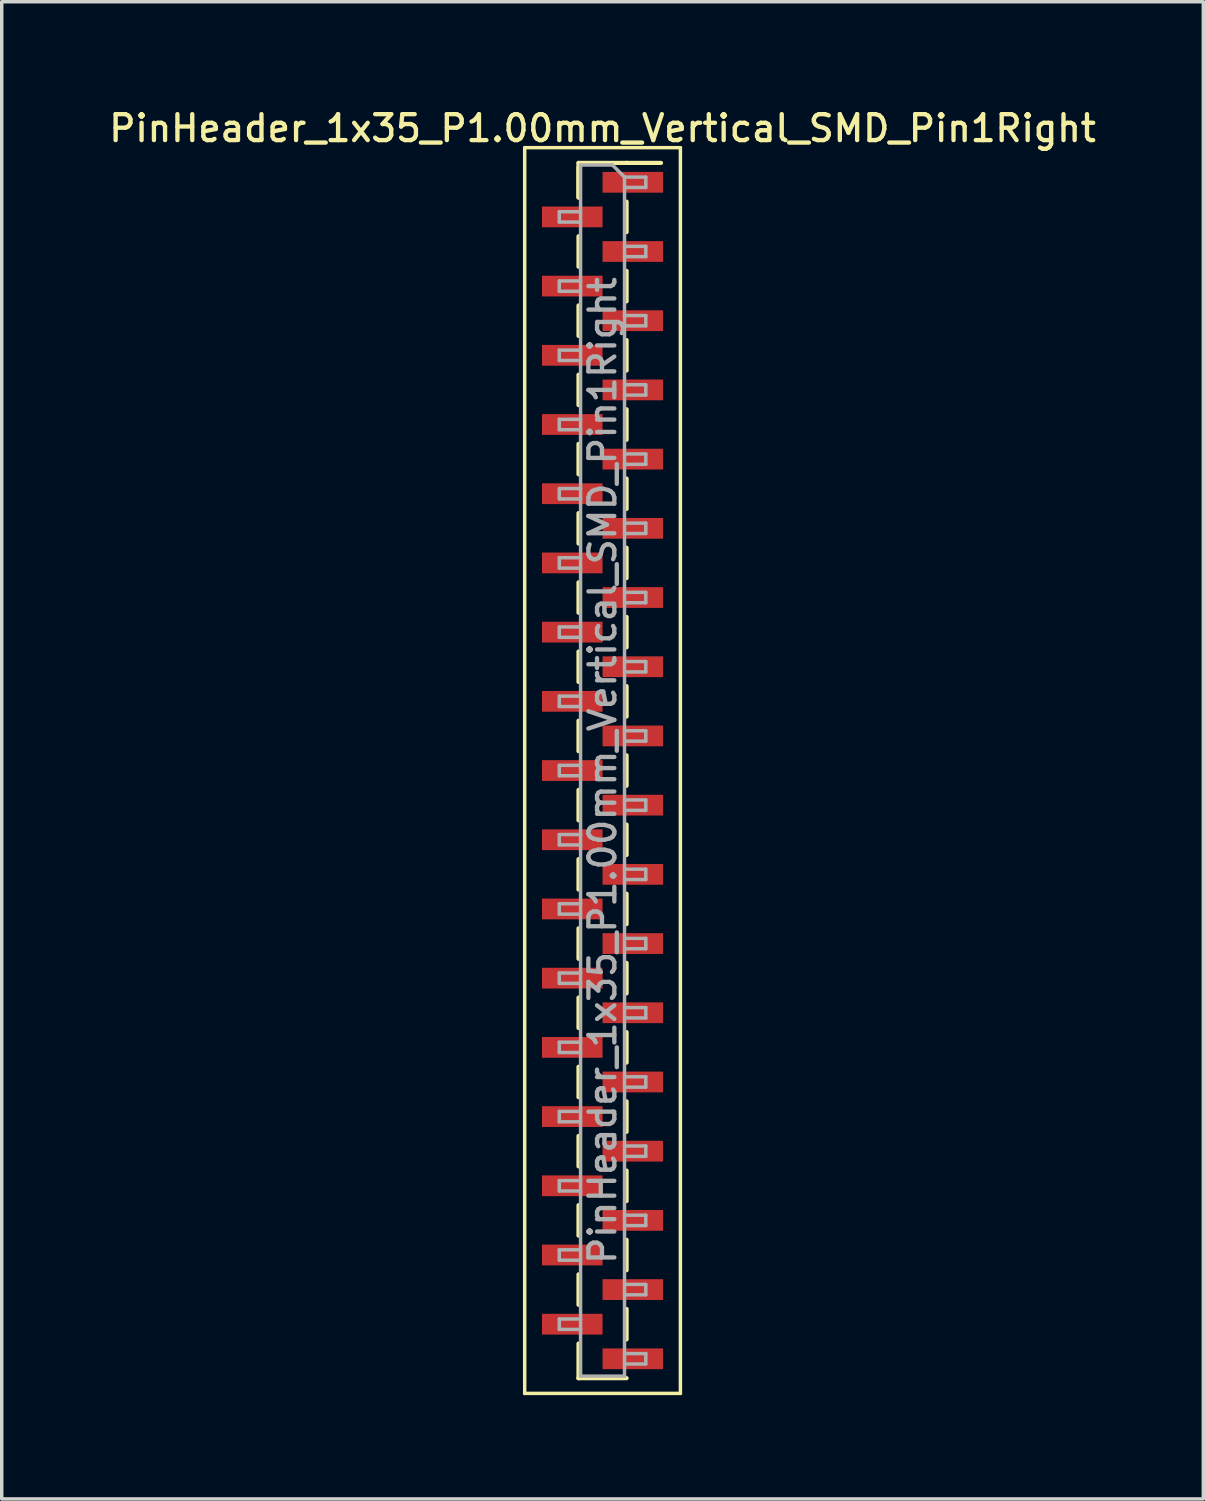
<source format=kicad_pcb>
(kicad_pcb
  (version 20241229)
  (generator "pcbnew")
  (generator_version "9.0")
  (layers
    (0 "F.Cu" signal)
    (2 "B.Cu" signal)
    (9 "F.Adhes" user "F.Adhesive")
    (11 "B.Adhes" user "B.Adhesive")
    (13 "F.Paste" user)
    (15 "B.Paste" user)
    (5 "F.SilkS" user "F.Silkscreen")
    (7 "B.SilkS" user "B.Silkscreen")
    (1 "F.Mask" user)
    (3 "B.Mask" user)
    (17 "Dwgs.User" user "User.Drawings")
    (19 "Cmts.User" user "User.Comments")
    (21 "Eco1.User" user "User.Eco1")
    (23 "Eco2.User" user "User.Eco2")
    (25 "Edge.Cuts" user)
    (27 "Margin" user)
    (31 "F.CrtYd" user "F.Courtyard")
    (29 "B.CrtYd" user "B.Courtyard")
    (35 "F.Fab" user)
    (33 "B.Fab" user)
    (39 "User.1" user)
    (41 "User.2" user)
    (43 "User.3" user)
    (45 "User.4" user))
  (footprint "PinHeader_1x35_P1.00mm_Vertical_SMD_Pin1Right"
    (layer "F.Cu")
    (at 14.363 19.218)
    (property "Reference" "PinHeader_1x35_P1.00mm_Vertical_SMD_Pin1Right" (at 0 -18.56 0) (layer "F.SilkS") (effects (font (size 0.75 0.75) (thickness 0.125))))
    (attr smd)
    (fp_line (start -2.25 -18) (end -2.25 18) (stroke (width 0.1) (type solid)) (layer "F.SilkS"))
    (fp_line (start -2.25 18) (end 2.25 18) (stroke (width 0.1) (type solid)) (layer "F.SilkS"))
    (fp_line (start -0.695 -17.56) (end -0.695 -16.56) (stroke (width 0.12) (type solid)) (layer "F.SilkS"))
    (fp_line (start -0.695 -17.56) (end 0.695 -17.56) (stroke (width 0.12) (type solid)) (layer "F.SilkS"))
    (fp_line (start -0.695 -17.44) (end -0.695 -16.56) (stroke (width 0.12) (type solid)) (layer "F.SilkS"))
    (fp_line (start -0.695 -15.44) (end -0.695 -14.56) (stroke (width 0.12) (type solid)) (layer "F.SilkS"))
    (fp_line (start -0.695 -13.44) (end -0.695 -12.56) (stroke (width 0.12) (type solid)) (layer "F.SilkS"))
    (fp_line (start -0.695 -11.44) (end -0.695 -10.56) (stroke (width 0.12) (type solid)) (layer "F.SilkS"))
    (fp_line (start -0.695 -9.44) (end -0.695 -8.56) (stroke (width 0.12) (type solid)) (layer "F.SilkS"))
    (fp_line (start -0.695 -7.44) (end -0.695 -6.56) (stroke (width 0.12) (type solid)) (layer "F.SilkS"))
    (fp_line (start -0.695 -5.44) (end -0.695 -4.56) (stroke (width 0.12) (type solid)) (layer "F.SilkS"))
    (fp_line (start -0.695 -3.44) (end -0.695 -2.56) (stroke (width 0.12) (type solid)) (layer "F.SilkS"))
    (fp_line (start -0.695 -1.44) (end -0.695 -0.56) (stroke (width 0.12) (type solid)) (layer "F.SilkS"))
    (fp_line (start -0.695 0.56) (end -0.695 1.44) (stroke (width 0.12) (type solid)) (layer "F.SilkS"))
    (fp_line (start -0.695 2.56) (end -0.695 3.44) (stroke (width 0.12) (type solid)) (layer "F.SilkS"))
    (fp_line (start -0.695 4.56) (end -0.695 5.44) (stroke (width 0.12) (type solid)) (layer "F.SilkS"))
    (fp_line (start -0.695 6.56) (end -0.695 7.44) (stroke (width 0.12) (type solid)) (layer "F.SilkS"))
    (fp_line (start -0.695 8.56) (end -0.695 9.44) (stroke (width 0.12) (type solid)) (layer "F.SilkS"))
    (fp_line (start -0.695 10.56) (end -0.695 11.44) (stroke (width 0.12) (type solid)) (layer "F.SilkS"))
    (fp_line (start -0.695 12.56) (end -0.695 13.44) (stroke (width 0.12) (type solid)) (layer "F.SilkS"))
    (fp_line (start -0.695 14.56) (end -0.695 15.44) (stroke (width 0.12) (type solid)) (layer "F.SilkS"))
    (fp_line (start -0.695 16.56) (end -0.695 17.56) (stroke (width 0.12) (type solid)) (layer "F.SilkS"))
    (fp_line (start -0.695 17.56) (end -0.695 17.56) (stroke (width 0.12) (type solid)) (layer "F.SilkS"))
    (fp_line (start -0.695 17.56) (end 0.695 17.56) (stroke (width 0.12) (type solid)) (layer "F.SilkS"))
    (fp_line (start 0.695 -17.56) (end 0.695 -17.56) (stroke (width 0.12) (type solid)) (layer "F.SilkS"))
    (fp_line (start 0.695 -17.56) (end 1.69 -17.56) (stroke (width 0.12) (type solid)) (layer "F.SilkS"))
    (fp_line (start 0.695 -16.44) (end 0.695 -15.56) (stroke (width 0.12) (type solid)) (layer "F.SilkS"))
    (fp_line (start 0.695 -14.44) (end 0.695 -13.56) (stroke (width 0.12) (type solid)) (layer "F.SilkS"))
    (fp_line (start 0.695 -12.44) (end 0.695 -11.56) (stroke (width 0.12) (type solid)) (layer "F.SilkS"))
    (fp_line (start 0.695 -10.44) (end 0.695 -9.56) (stroke (width 0.12) (type solid)) (layer "F.SilkS"))
    (fp_line (start 0.695 -8.44) (end 0.695 -7.56) (stroke (width 0.12) (type solid)) (layer "F.SilkS"))
    (fp_line (start 0.695 -6.44) (end 0.695 -5.56) (stroke (width 0.12) (type solid)) (layer "F.SilkS"))
    (fp_line (start 0.695 -4.44) (end 0.695 -3.56) (stroke (width 0.12) (type solid)) (layer "F.SilkS"))
    (fp_line (start 0.695 -2.44) (end 0.695 -1.56) (stroke (width 0.12) (type solid)) (layer "F.SilkS"))
    (fp_line (start 0.695 -0.44) (end 0.695 0.44) (stroke (width 0.12) (type solid)) (layer "F.SilkS"))
    (fp_line (start 0.695 1.56) (end 0.695 2.44) (stroke (width 0.12) (type solid)) (layer "F.SilkS"))
    (fp_line (start 0.695 3.56) (end 0.695 4.44) (stroke (width 0.12) (type solid)) (layer "F.SilkS"))
    (fp_line (start 0.695 5.56) (end 0.695 6.44) (stroke (width 0.12) (type solid)) (layer "F.SilkS"))
    (fp_line (start 0.695 7.56) (end 0.695 8.44) (stroke (width 0.12) (type solid)) (layer "F.SilkS"))
    (fp_line (start 0.695 9.56) (end 0.695 10.44) (stroke (width 0.12) (type solid)) (layer "F.SilkS"))
    (fp_line (start 0.695 11.56) (end 0.695 12.44) (stroke (width 0.12) (type solid)) (layer "F.SilkS"))
    (fp_line (start 0.695 13.56) (end 0.695 14.44) (stroke (width 0.12) (type solid)) (layer "F.SilkS"))
    (fp_line (start 0.695 15.56) (end 0.695 16.44) (stroke (width 0.12) (type solid)) (layer "F.SilkS"))
    (fp_line (start 2.25 -18) (end -2.25 -18) (stroke (width 0.1) (type solid)) (layer "F.SilkS"))
    (fp_line (start 2.25 18) (end 2.25 -18) (stroke (width 0.1) (type solid)) (layer "F.SilkS"))
    (fp_line (start -1.25 -16.15) (end -1.25 -15.85) (stroke (width 0.1) (type solid)) (layer "F.Fab"))
    (fp_line (start -1.25 -15.85) (end -0.635 -15.85) (stroke (width 0.1) (type solid)) (layer "F.Fab"))
    (fp_line (start -1.25 -14.15) (end -1.25 -13.85) (stroke (width 0.1) (type solid)) (layer "F.Fab"))
    (fp_line (start -1.25 -13.85) (end -0.635 -13.85) (stroke (width 0.1) (type solid)) (layer "F.Fab"))
    (fp_line (start -1.25 -12.15) (end -1.25 -11.85) (stroke (width 0.1) (type solid)) (layer "F.Fab"))
    (fp_line (start -1.25 -11.85) (end -0.635 -11.85) (stroke (width 0.1) (type solid)) (layer "F.Fab"))
    (fp_line (start -1.25 -10.15) (end -1.25 -9.85) (stroke (width 0.1) (type solid)) (layer "F.Fab"))
    (fp_line (start -1.25 -9.85) (end -0.635 -9.85) (stroke (width 0.1) (type solid)) (layer "F.Fab"))
    (fp_line (start -1.25 -8.15) (end -1.25 -7.85) (stroke (width 0.1) (type solid)) (layer "F.Fab"))
    (fp_line (start -1.25 -7.85) (end -0.635 -7.85) (stroke (width 0.1) (type solid)) (layer "F.Fab"))
    (fp_line (start -1.25 -6.15) (end -1.25 -5.85) (stroke (width 0.1) (type solid)) (layer "F.Fab"))
    (fp_line (start -1.25 -5.85) (end -0.635 -5.85) (stroke (width 0.1) (type solid)) (layer "F.Fab"))
    (fp_line (start -1.25 -4.15) (end -1.25 -3.85) (stroke (width 0.1) (type solid)) (layer "F.Fab"))
    (fp_line (start -1.25 -3.85) (end -0.635 -3.85) (stroke (width 0.1) (type solid)) (layer "F.Fab"))
    (fp_line (start -1.25 -2.15) (end -1.25 -1.85) (stroke (width 0.1) (type solid)) (layer "F.Fab"))
    (fp_line (start -1.25 -1.85) (end -0.635 -1.85) (stroke (width 0.1) (type solid)) (layer "F.Fab"))
    (fp_line (start -1.25 -0.15) (end -1.25 0.15) (stroke (width 0.1) (type solid)) (layer "F.Fab"))
    (fp_line (start -1.25 0.15) (end -0.635 0.15) (stroke (width 0.1) (type solid)) (layer "F.Fab"))
    (fp_line (start -1.25 1.85) (end -1.25 2.15) (stroke (width 0.1) (type solid)) (layer "F.Fab"))
    (fp_line (start -1.25 2.15) (end -0.635 2.15) (stroke (width 0.1) (type solid)) (layer "F.Fab"))
    (fp_line (start -1.25 3.85) (end -1.25 4.15) (stroke (width 0.1) (type solid)) (layer "F.Fab"))
    (fp_line (start -1.25 4.15) (end -0.635 4.15) (stroke (width 0.1) (type solid)) (layer "F.Fab"))
    (fp_line (start -1.25 5.85) (end -1.25 6.15) (stroke (width 0.1) (type solid)) (layer "F.Fab"))
    (fp_line (start -1.25 6.15) (end -0.635 6.15) (stroke (width 0.1) (type solid)) (layer "F.Fab"))
    (fp_line (start -1.25 7.85) (end -1.25 8.15) (stroke (width 0.1) (type solid)) (layer "F.Fab"))
    (fp_line (start -1.25 8.15) (end -0.635 8.15) (stroke (width 0.1) (type solid)) (layer "F.Fab"))
    (fp_line (start -1.25 9.85) (end -1.25 10.15) (stroke (width 0.1) (type solid)) (layer "F.Fab"))
    (fp_line (start -1.25 10.15) (end -0.635 10.15) (stroke (width 0.1) (type solid)) (layer "F.Fab"))
    (fp_line (start -1.25 11.85) (end -1.25 12.15) (stroke (width 0.1) (type solid)) (layer "F.Fab"))
    (fp_line (start -1.25 12.15) (end -0.635 12.15) (stroke (width 0.1) (type solid)) (layer "F.Fab"))
    (fp_line (start -1.25 13.85) (end -1.25 14.15) (stroke (width 0.1) (type solid)) (layer "F.Fab"))
    (fp_line (start -1.25 14.15) (end -0.635 14.15) (stroke (width 0.1) (type solid)) (layer "F.Fab"))
    (fp_line (start -1.25 15.85) (end -1.25 16.15) (stroke (width 0.1) (type solid)) (layer "F.Fab"))
    (fp_line (start -1.25 16.15) (end -0.635 16.15) (stroke (width 0.1) (type solid)) (layer "F.Fab"))
    (fp_line (start -0.635 -17.5) (end -0.635 17.5) (stroke (width 0.1) (type solid)) (layer "F.Fab"))
    (fp_line (start -0.635 -17.5) (end 0.285 -17.5) (stroke (width 0.1) (type solid)) (layer "F.Fab"))
    (fp_line (start -0.635 -16.15) (end -1.25 -16.15) (stroke (width 0.1) (type solid)) (layer "F.Fab"))
    (fp_line (start -0.635 -14.15) (end -1.25 -14.15) (stroke (width 0.1) (type solid)) (layer "F.Fab"))
    (fp_line (start -0.635 -12.15) (end -1.25 -12.15) (stroke (width 0.1) (type solid)) (layer "F.Fab"))
    (fp_line (start -0.635 -10.15) (end -1.25 -10.15) (stroke (width 0.1) (type solid)) (layer "F.Fab"))
    (fp_line (start -0.635 -8.15) (end -1.25 -8.15) (stroke (width 0.1) (type solid)) (layer "F.Fab"))
    (fp_line (start -0.635 -6.15) (end -1.25 -6.15) (stroke (width 0.1) (type solid)) (layer "F.Fab"))
    (fp_line (start -0.635 -4.15) (end -1.25 -4.15) (stroke (width 0.1) (type solid)) (layer "F.Fab"))
    (fp_line (start -0.635 -2.15) (end -1.25 -2.15) (stroke (width 0.1) (type solid)) (layer "F.Fab"))
    (fp_line (start -0.635 -0.15) (end -1.25 -0.15) (stroke (width 0.1) (type solid)) (layer "F.Fab"))
    (fp_line (start -0.635 1.85) (end -1.25 1.85) (stroke (width 0.1) (type solid)) (layer "F.Fab"))
    (fp_line (start -0.635 3.85) (end -1.25 3.85) (stroke (width 0.1) (type solid)) (layer "F.Fab"))
    (fp_line (start -0.635 5.85) (end -1.25 5.85) (stroke (width 0.1) (type solid)) (layer "F.Fab"))
    (fp_line (start -0.635 7.85) (end -1.25 7.85) (stroke (width 0.1) (type solid)) (layer "F.Fab"))
    (fp_line (start -0.635 9.85) (end -1.25 9.85) (stroke (width 0.1) (type solid)) (layer "F.Fab"))
    (fp_line (start -0.635 11.85) (end -1.25 11.85) (stroke (width 0.1) (type solid)) (layer "F.Fab"))
    (fp_line (start -0.635 13.85) (end -1.25 13.85) (stroke (width 0.1) (type solid)) (layer "F.Fab"))
    (fp_line (start -0.635 15.85) (end -1.25 15.85) (stroke (width 0.1) (type solid)) (layer "F.Fab"))
    (fp_line (start 0.635 -17.15) (end 0.285 -17.5) (stroke (width 0.1) (type solid)) (layer "F.Fab"))
    (fp_line (start 0.635 -17.15) (end 1.25 -17.15) (stroke (width 0.1) (type solid)) (layer "F.Fab"))
    (fp_line (start 0.635 -15.15) (end 1.25 -15.15) (stroke (width 0.1) (type solid)) (layer "F.Fab"))
    (fp_line (start 0.635 -13.15) (end 1.25 -13.15) (stroke (width 0.1) (type solid)) (layer "F.Fab"))
    (fp_line (start 0.635 -11.15) (end 1.25 -11.15) (stroke (width 0.1) (type solid)) (layer "F.Fab"))
    (fp_line (start 0.635 -9.15) (end 1.25 -9.15) (stroke (width 0.1) (type solid)) (layer "F.Fab"))
    (fp_line (start 0.635 -7.15) (end 1.25 -7.15) (stroke (width 0.1) (type solid)) (layer "F.Fab"))
    (fp_line (start 0.635 -5.15) (end 1.25 -5.15) (stroke (width 0.1) (type solid)) (layer "F.Fab"))
    (fp_line (start 0.635 -3.15) (end 1.25 -3.15) (stroke (width 0.1) (type solid)) (layer "F.Fab"))
    (fp_line (start 0.635 -1.15) (end 1.25 -1.15) (stroke (width 0.1) (type solid)) (layer "F.Fab"))
    (fp_line (start 0.635 0.85) (end 1.25 0.85) (stroke (width 0.1) (type solid)) (layer "F.Fab"))
    (fp_line (start 0.635 2.85) (end 1.25 2.85) (stroke (width 0.1) (type solid)) (layer "F.Fab"))
    (fp_line (start 0.635 4.85) (end 1.25 4.85) (stroke (width 0.1) (type solid)) (layer "F.Fab"))
    (fp_line (start 0.635 6.85) (end 1.25 6.85) (stroke (width 0.1) (type solid)) (layer "F.Fab"))
    (fp_line (start 0.635 8.85) (end 1.25 8.85) (stroke (width 0.1) (type solid)) (layer "F.Fab"))
    (fp_line (start 0.635 10.85) (end 1.25 10.85) (stroke (width 0.1) (type solid)) (layer "F.Fab"))
    (fp_line (start 0.635 12.85) (end 1.25 12.85) (stroke (width 0.1) (type solid)) (layer "F.Fab"))
    (fp_line (start 0.635 14.85) (end 1.25 14.85) (stroke (width 0.1) (type solid)) (layer "F.Fab"))
    (fp_line (start 0.635 16.85) (end 1.25 16.85) (stroke (width 0.1) (type solid)) (layer "F.Fab"))
    (fp_line (start 0.635 17.5) (end -0.635 17.5) (stroke (width 0.1) (type solid)) (layer "F.Fab"))
    (fp_line (start 0.635 17.5) (end 0.635 -17.15) (stroke (width 0.1) (type solid)) (layer "F.Fab"))
    (fp_line (start 1.25 -17.15) (end 1.25 -16.85) (stroke (width 0.1) (type solid)) (layer "F.Fab"))
    (fp_line (start 1.25 -16.85) (end 0.635 -16.85) (stroke (width 0.1) (type solid)) (layer "F.Fab"))
    (fp_line (start 1.25 -15.15) (end 1.25 -14.85) (stroke (width 0.1) (type solid)) (layer "F.Fab"))
    (fp_line (start 1.25 -14.85) (end 0.635 -14.85) (stroke (width 0.1) (type solid)) (layer "F.Fab"))
    (fp_line (start 1.25 -13.15) (end 1.25 -12.85) (stroke (width 0.1) (type solid)) (layer "F.Fab"))
    (fp_line (start 1.25 -12.85) (end 0.635 -12.85) (stroke (width 0.1) (type solid)) (layer "F.Fab"))
    (fp_line (start 1.25 -11.15) (end 1.25 -10.85) (stroke (width 0.1) (type solid)) (layer "F.Fab"))
    (fp_line (start 1.25 -10.85) (end 0.635 -10.85) (stroke (width 0.1) (type solid)) (layer "F.Fab"))
    (fp_line (start 1.25 -9.15) (end 1.25 -8.85) (stroke (width 0.1) (type solid)) (layer "F.Fab"))
    (fp_line (start 1.25 -8.85) (end 0.635 -8.85) (stroke (width 0.1) (type solid)) (layer "F.Fab"))
    (fp_line (start 1.25 -7.15) (end 1.25 -6.85) (stroke (width 0.1) (type solid)) (layer "F.Fab"))
    (fp_line (start 1.25 -6.85) (end 0.635 -6.85) (stroke (width 0.1) (type solid)) (layer "F.Fab"))
    (fp_line (start 1.25 -5.15) (end 1.25 -4.85) (stroke (width 0.1) (type solid)) (layer "F.Fab"))
    (fp_line (start 1.25 -4.85) (end 0.635 -4.85) (stroke (width 0.1) (type solid)) (layer "F.Fab"))
    (fp_line (start 1.25 -3.15) (end 1.25 -2.85) (stroke (width 0.1) (type solid)) (layer "F.Fab"))
    (fp_line (start 1.25 -2.85) (end 0.635 -2.85) (stroke (width 0.1) (type solid)) (layer "F.Fab"))
    (fp_line (start 1.25 -1.15) (end 1.25 -0.85) (stroke (width 0.1) (type solid)) (layer "F.Fab"))
    (fp_line (start 1.25 -0.85) (end 0.635 -0.85) (stroke (width 0.1) (type solid)) (layer "F.Fab"))
    (fp_line (start 1.25 0.85) (end 1.25 1.15) (stroke (width 0.1) (type solid)) (layer "F.Fab"))
    (fp_line (start 1.25 1.15) (end 0.635 1.15) (stroke (width 0.1) (type solid)) (layer "F.Fab"))
    (fp_line (start 1.25 2.85) (end 1.25 3.15) (stroke (width 0.1) (type solid)) (layer "F.Fab"))
    (fp_line (start 1.25 3.15) (end 0.635 3.15) (stroke (width 0.1) (type solid)) (layer "F.Fab"))
    (fp_line (start 1.25 4.85) (end 1.25 5.15) (stroke (width 0.1) (type solid)) (layer "F.Fab"))
    (fp_line (start 1.25 5.15) (end 0.635 5.15) (stroke (width 0.1) (type solid)) (layer "F.Fab"))
    (fp_line (start 1.25 6.85) (end 1.25 7.15) (stroke (width 0.1) (type solid)) (layer "F.Fab"))
    (fp_line (start 1.25 7.15) (end 0.635 7.15) (stroke (width 0.1) (type solid)) (layer "F.Fab"))
    (fp_line (start 1.25 8.85) (end 1.25 9.15) (stroke (width 0.1) (type solid)) (layer "F.Fab"))
    (fp_line (start 1.25 9.15) (end 0.635 9.15) (stroke (width 0.1) (type solid)) (layer "F.Fab"))
    (fp_line (start 1.25 10.85) (end 1.25 11.15) (stroke (width 0.1) (type solid)) (layer "F.Fab"))
    (fp_line (start 1.25 11.15) (end 0.635 11.15) (stroke (width 0.1) (type solid)) (layer "F.Fab"))
    (fp_line (start 1.25 12.85) (end 1.25 13.15) (stroke (width 0.1) (type solid)) (layer "F.Fab"))
    (fp_line (start 1.25 13.15) (end 0.635 13.15) (stroke (width 0.1) (type solid)) (layer "F.Fab"))
    (fp_line (start 1.25 14.85) (end 1.25 15.15) (stroke (width 0.1) (type solid)) (layer "F.Fab"))
    (fp_line (start 1.25 15.15) (end 0.635 15.15) (stroke (width 0.1) (type solid)) (layer "F.Fab"))
    (fp_line (start 1.25 16.85) (end 1.25 17.15) (stroke (width 0.1) (type solid)) (layer "F.Fab"))
    (fp_line (start 1.25 17.15) (end 0.635 17.15) (stroke (width 0.1) (type solid)) (layer "F.Fab"))
    (fp_text user "${REFERENCE}" (at 0 0 90) (layer "F.Fab") (effects (font (size 0.75 0.75) (thickness 0.125))))
    (pad "1" smd rect (at 0.875 -17) (size 1.75 0.6) (layers "F.Cu" "F.Mask" "F.Paste"))
    (pad "2" smd rect (at -0.875 -16) (size 1.75 0.6) (layers "F.Cu" "F.Mask" "F.Paste"))
    (pad "3" smd rect (at 0.875 -15) (size 1.75 0.6) (layers "F.Cu" "F.Mask" "F.Paste"))
    (pad "4" smd rect (at -0.875 -14) (size 1.75 0.6) (layers "F.Cu" "F.Mask" "F.Paste"))
    (pad "5" smd rect (at 0.875 -13) (size 1.75 0.6) (layers "F.Cu" "F.Mask" "F.Paste"))
    (pad "6" smd rect (at -0.875 -12) (size 1.75 0.6) (layers "F.Cu" "F.Mask" "F.Paste"))
    (pad "7" smd rect (at 0.875 -11) (size 1.75 0.6) (layers "F.Cu" "F.Mask" "F.Paste"))
    (pad "8" smd rect (at -0.875 -10) (size 1.75 0.6) (layers "F.Cu" "F.Mask" "F.Paste"))
    (pad "9" smd rect (at 0.875 -9) (size 1.75 0.6) (layers "F.Cu" "F.Mask" "F.Paste"))
    (pad "10" smd rect (at -0.875 -8) (size 1.75 0.6) (layers "F.Cu" "F.Mask" "F.Paste"))
    (pad "11" smd rect (at 0.875 -7) (size 1.75 0.6) (layers "F.Cu" "F.Mask" "F.Paste"))
    (pad "12" smd rect (at -0.875 -6) (size 1.75 0.6) (layers "F.Cu" "F.Mask" "F.Paste"))
    (pad "13" smd rect (at 0.875 -5) (size 1.75 0.6) (layers "F.Cu" "F.Mask" "F.Paste"))
    (pad "14" smd rect (at -0.875 -4) (size 1.75 0.6) (layers "F.Cu" "F.Mask" "F.Paste"))
    (pad "15" smd rect (at 0.875 -3) (size 1.75 0.6) (layers "F.Cu" "F.Mask" "F.Paste"))
    (pad "16" smd rect (at -0.875 -2) (size 1.75 0.6) (layers "F.Cu" "F.Mask" "F.Paste"))
    (pad "17" smd rect (at 0.875 -1) (size 1.75 0.6) (layers "F.Cu" "F.Mask" "F.Paste"))
    (pad "18" smd rect (at -0.875 0) (size 1.75 0.6) (layers "F.Cu" "F.Mask" "F.Paste"))
    (pad "19" smd rect (at 0.875 1) (size 1.75 0.6) (layers "F.Cu" "F.Mask" "F.Paste"))
    (pad "20" smd rect (at -0.875 2) (size 1.75 0.6) (layers "F.Cu" "F.Mask" "F.Paste"))
    (pad "21" smd rect (at 0.875 3) (size 1.75 0.6) (layers "F.Cu" "F.Mask" "F.Paste"))
    (pad "22" smd rect (at -0.875 4) (size 1.75 0.6) (layers "F.Cu" "F.Mask" "F.Paste"))
    (pad "23" smd rect (at 0.875 5) (size 1.75 0.6) (layers "F.Cu" "F.Mask" "F.Paste"))
    (pad "24" smd rect (at -0.875 6) (size 1.75 0.6) (layers "F.Cu" "F.Mask" "F.Paste"))
    (pad "25" smd rect (at 0.875 7) (size 1.75 0.6) (layers "F.Cu" "F.Mask" "F.Paste"))
    (pad "26" smd rect (at -0.875 8) (size 1.75 0.6) (layers "F.Cu" "F.Mask" "F.Paste"))
    (pad "27" smd rect (at 0.875 9) (size 1.75 0.6) (layers "F.Cu" "F.Mask" "F.Paste"))
    (pad "28" smd rect (at -0.875 10) (size 1.75 0.6) (layers "F.Cu" "F.Mask" "F.Paste"))
    (pad "29" smd rect (at 0.875 11) (size 1.75 0.6) (layers "F.Cu" "F.Mask" "F.Paste"))
    (pad "30" smd rect (at -0.875 12) (size 1.75 0.6) (layers "F.Cu" "F.Mask" "F.Paste"))
    (pad "31" smd rect (at 0.875 13) (size 1.75 0.6) (layers "F.Cu" "F.Mask" "F.Paste"))
    (pad "32" smd rect (at -0.875 14) (size 1.75 0.6) (layers "F.Cu" "F.Mask" "F.Paste"))
    (pad "33" smd rect (at 0.875 15) (size 1.75 0.6) (layers "F.Cu" "F.Mask" "F.Paste"))
    (pad "34" smd rect (at -0.875 16) (size 1.75 0.6) (layers "F.Cu" "F.Mask" "F.Paste"))
    (pad "35" smd rect (at 0.875 17) (size 1.75 0.6) (layers "F.Cu" "F.Mask" "F.Paste")))
  (gr_rect
    (start -3 -3)
    (end 31.725 40.268)
    (stroke (width 0.1) (type default))
    (fill no)
    (layer "Edge.Cuts")))
</source>
